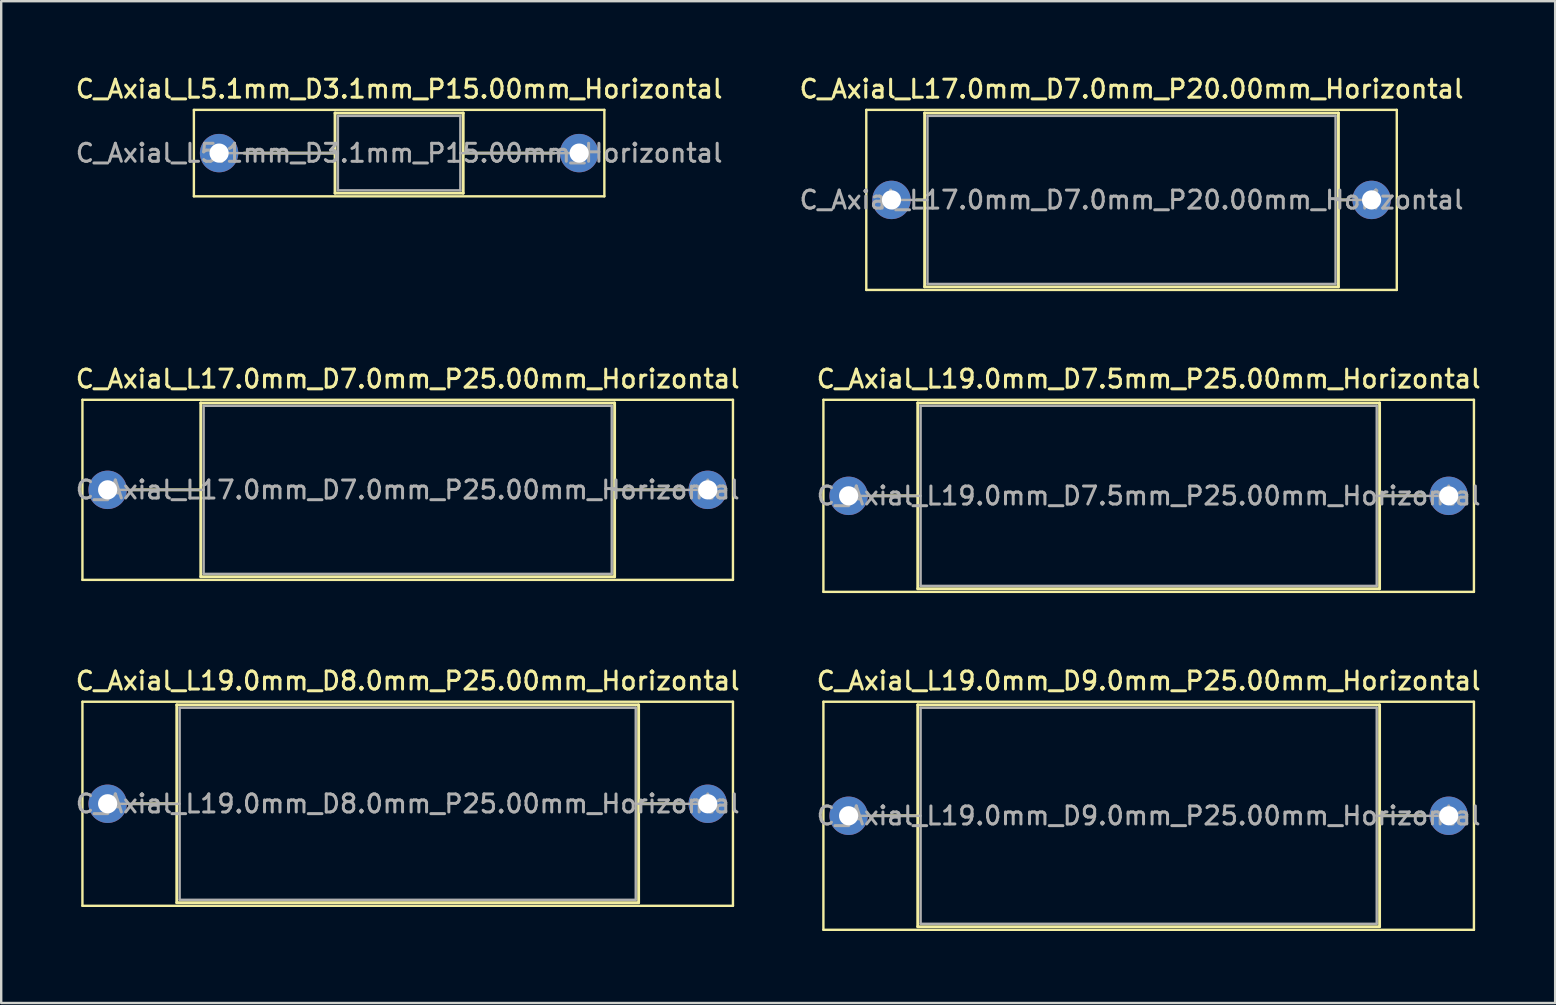
<source format=kicad_pcb>
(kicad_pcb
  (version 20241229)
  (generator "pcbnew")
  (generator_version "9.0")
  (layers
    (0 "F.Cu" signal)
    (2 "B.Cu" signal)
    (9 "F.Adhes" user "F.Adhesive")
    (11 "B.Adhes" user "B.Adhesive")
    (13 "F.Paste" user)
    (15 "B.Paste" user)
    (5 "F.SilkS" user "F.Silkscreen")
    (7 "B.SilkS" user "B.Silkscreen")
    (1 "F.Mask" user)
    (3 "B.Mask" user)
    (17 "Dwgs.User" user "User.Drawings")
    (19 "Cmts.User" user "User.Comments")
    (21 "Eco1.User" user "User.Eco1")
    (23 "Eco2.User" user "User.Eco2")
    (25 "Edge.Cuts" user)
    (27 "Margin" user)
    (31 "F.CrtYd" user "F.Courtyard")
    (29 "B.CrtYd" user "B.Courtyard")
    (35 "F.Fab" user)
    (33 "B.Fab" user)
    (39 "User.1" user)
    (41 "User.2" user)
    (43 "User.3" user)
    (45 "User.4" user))
  (footprint "C_Axial_L5.1mm_D3.1mm_P15.00mm_Horizontal"
    (layer "F.Cu")
    (at 6.077 3.328)
    (property "Reference" "C_Axial_L5.1mm_D3.1mm_P15.00mm_Horizontal" (at 7.5 -2.67 0) (layer "F.SilkS") (effects (font (size 0.75 0.75) (thickness 0.125))))
    (attr through_hole)
    (fp_line (start -1.05 -1.8) (end -1.05 1.8) (stroke (width 0.1) (type solid)) (layer "F.SilkS"))
    (fp_line (start -1.05 1.8) (end 16.05 1.8) (stroke (width 0.1) (type solid)) (layer "F.SilkS"))
    (fp_line (start 1.04 0) (end 4.83 0) (stroke (width 0.12) (type solid)) (layer "F.SilkS"))
    (fp_line (start 4.83 -1.67) (end 4.83 1.67) (stroke (width 0.12) (type solid)) (layer "F.SilkS"))
    (fp_line (start 4.83 1.67) (end 10.17 1.67) (stroke (width 0.12) (type solid)) (layer "F.SilkS"))
    (fp_line (start 10.17 -1.67) (end 4.83 -1.67) (stroke (width 0.12) (type solid)) (layer "F.SilkS"))
    (fp_line (start 10.17 1.67) (end 10.17 -1.67) (stroke (width 0.12) (type solid)) (layer "F.SilkS"))
    (fp_line (start 13.96 0) (end 10.17 0) (stroke (width 0.12) (type solid)) (layer "F.SilkS"))
    (fp_line (start 16.05 -1.8) (end -1.05 -1.8) (stroke (width 0.1) (type solid)) (layer "F.SilkS"))
    (fp_line (start 16.05 1.8) (end 16.05 -1.8) (stroke (width 0.1) (type solid)) (layer "F.SilkS"))
    (fp_line (start 0 0) (end 4.95 0) (stroke (width 0.1) (type solid)) (layer "F.Fab"))
    (fp_line (start 4.95 -1.55) (end 4.95 1.55) (stroke (width 0.1) (type solid)) (layer "F.Fab"))
    (fp_line (start 4.95 1.55) (end 10.05 1.55) (stroke (width 0.1) (type solid)) (layer "F.Fab"))
    (fp_line (start 10.05 -1.55) (end 4.95 -1.55) (stroke (width 0.1) (type solid)) (layer "F.Fab"))
    (fp_line (start 10.05 1.55) (end 10.05 -1.55) (stroke (width 0.1) (type solid)) (layer "F.Fab"))
    (fp_line (start 15 0) (end 10.05 0) (stroke (width 0.1) (type solid)) (layer "F.Fab"))
    (fp_text user "${REFERENCE}" (at 7.5 0 0) (layer "F.Fab") (effects (font (size 0.75 0.75) (thickness 0.125))))
    (pad "1" thru_hole circle (at 0 0) (size 1.6 1.6) (drill 0.8) (layers "*.Cu" "*.Mask"))
    (pad "2" thru_hole oval (at 15 0) (size 1.6 1.6) (drill 0.8) (layers "*.Cu" "*.Mask")))
  (footprint "C_Axial_L17.0mm_D7.0mm_P25.00mm_Horizontal"
    (layer "F.Cu")
    (at 1.434 17.356)
    (property "Reference" "C_Axial_L17.0mm_D7.0mm_P25.00mm_Horizontal" (at 12.5 -4.62 0) (layer "F.SilkS") (effects (font (size 0.75 0.75) (thickness 0.125))))
    (attr through_hole)
    (fp_line (start -1.05 -3.75) (end -1.05 3.75) (stroke (width 0.1) (type solid)) (layer "F.SilkS"))
    (fp_line (start -1.05 3.75) (end 26.05 3.75) (stroke (width 0.1) (type solid)) (layer "F.SilkS"))
    (fp_line (start 1.04 0) (end 3.88 0) (stroke (width 0.12) (type solid)) (layer "F.SilkS"))
    (fp_line (start 3.88 -3.62) (end 3.88 3.62) (stroke (width 0.12) (type solid)) (layer "F.SilkS"))
    (fp_line (start 3.88 3.62) (end 21.12 3.62) (stroke (width 0.12) (type solid)) (layer "F.SilkS"))
    (fp_line (start 21.12 -3.62) (end 3.88 -3.62) (stroke (width 0.12) (type solid)) (layer "F.SilkS"))
    (fp_line (start 21.12 3.62) (end 21.12 -3.62) (stroke (width 0.12) (type solid)) (layer "F.SilkS"))
    (fp_line (start 23.96 0) (end 21.12 0) (stroke (width 0.12) (type solid)) (layer "F.SilkS"))
    (fp_line (start 26.05 -3.75) (end -1.05 -3.75) (stroke (width 0.1) (type solid)) (layer "F.SilkS"))
    (fp_line (start 26.05 3.75) (end 26.05 -3.75) (stroke (width 0.1) (type solid)) (layer "F.SilkS"))
    (fp_line (start 0 0) (end 4 0) (stroke (width 0.1) (type solid)) (layer "F.Fab"))
    (fp_line (start 4 -3.5) (end 4 3.5) (stroke (width 0.1) (type solid)) (layer "F.Fab"))
    (fp_line (start 4 3.5) (end 21 3.5) (stroke (width 0.1) (type solid)) (layer "F.Fab"))
    (fp_line (start 21 -3.5) (end 4 -3.5) (stroke (width 0.1) (type solid)) (layer "F.Fab"))
    (fp_line (start 21 3.5) (end 21 -3.5) (stroke (width 0.1) (type solid)) (layer "F.Fab"))
    (fp_line (start 25 0) (end 21 0) (stroke (width 0.1) (type solid)) (layer "F.Fab"))
    (fp_text user "${REFERENCE}" (at 12.5 0 0) (layer "F.Fab") (effects (font (size 0.75 0.75) (thickness 0.125))))
    (pad "1" thru_hole circle (at 0 0) (size 1.6 1.6) (drill 0.8) (layers "*.Cu" "*.Mask"))
    (pad "2" thru_hole oval (at 25 0) (size 1.6 1.6) (drill 0.8) (layers "*.Cu" "*.Mask")))
  (footprint "C_Axial_L19.0mm_D9.0mm_P25.00mm_Horizontal"
    (layer "F.Cu")
    (at 32.302 30.934)
    (property "Reference" "C_Axial_L19.0mm_D9.0mm_P25.00mm_Horizontal" (at 12.5 -5.62 0) (layer "F.SilkS") (effects (font (size 0.75 0.75) (thickness 0.125))))
    (attr through_hole)
    (fp_line (start -1.05 -4.75) (end -1.05 4.75) (stroke (width 0.1) (type solid)) (layer "F.SilkS"))
    (fp_line (start -1.05 4.75) (end 26.05 4.75) (stroke (width 0.1) (type solid)) (layer "F.SilkS"))
    (fp_line (start 1.04 0) (end 2.88 0) (stroke (width 0.12) (type solid)) (layer "F.SilkS"))
    (fp_line (start 2.88 -4.62) (end 2.88 4.62) (stroke (width 0.12) (type solid)) (layer "F.SilkS"))
    (fp_line (start 2.88 4.62) (end 22.12 4.62) (stroke (width 0.12) (type solid)) (layer "F.SilkS"))
    (fp_line (start 22.12 -4.62) (end 2.88 -4.62) (stroke (width 0.12) (type solid)) (layer "F.SilkS"))
    (fp_line (start 22.12 4.62) (end 22.12 -4.62) (stroke (width 0.12) (type solid)) (layer "F.SilkS"))
    (fp_line (start 23.96 0) (end 22.12 0) (stroke (width 0.12) (type solid)) (layer "F.SilkS"))
    (fp_line (start 26.05 -4.75) (end -1.05 -4.75) (stroke (width 0.1) (type solid)) (layer "F.SilkS"))
    (fp_line (start 26.05 4.75) (end 26.05 -4.75) (stroke (width 0.1) (type solid)) (layer "F.SilkS"))
    (fp_line (start 0 0) (end 3 0) (stroke (width 0.1) (type solid)) (layer "F.Fab"))
    (fp_line (start 3 -4.5) (end 3 4.5) (stroke (width 0.1) (type solid)) (layer "F.Fab"))
    (fp_line (start 3 4.5) (end 22 4.5) (stroke (width 0.1) (type solid)) (layer "F.Fab"))
    (fp_line (start 22 -4.5) (end 3 -4.5) (stroke (width 0.1) (type solid)) (layer "F.Fab"))
    (fp_line (start 22 4.5) (end 22 -4.5) (stroke (width 0.1) (type solid)) (layer "F.Fab"))
    (fp_line (start 25 0) (end 22 0) (stroke (width 0.1) (type solid)) (layer "F.Fab"))
    (fp_text user "${REFERENCE}" (at 12.5 0 0) (layer "F.Fab") (effects (font (size 0.75 0.75) (thickness 0.125))))
    (pad "1" thru_hole circle (at 0 0) (size 1.6 1.6) (drill 0.8) (layers "*.Cu" "*.Mask"))
    (pad "2" thru_hole oval (at 25 0) (size 1.6 1.6) (drill 0.8) (layers "*.Cu" "*.Mask")))
  (footprint "C_Axial_L19.0mm_D8.0mm_P25.00mm_Horizontal"
    (layer "F.Cu")
    (at 1.434 30.434)
    (property "Reference" "C_Axial_L19.0mm_D8.0mm_P25.00mm_Horizontal" (at 12.5 -5.12 0) (layer "F.SilkS") (effects (font (size 0.75 0.75) (thickness 0.125))))
    (attr through_hole)
    (fp_line (start -1.05 -4.25) (end -1.05 4.25) (stroke (width 0.1) (type solid)) (layer "F.SilkS"))
    (fp_line (start -1.05 4.25) (end 26.05 4.25) (stroke (width 0.1) (type solid)) (layer "F.SilkS"))
    (fp_line (start 1.04 0) (end 2.88 0) (stroke (width 0.12) (type solid)) (layer "F.SilkS"))
    (fp_line (start 2.88 -4.12) (end 2.88 4.12) (stroke (width 0.12) (type solid)) (layer "F.SilkS"))
    (fp_line (start 2.88 4.12) (end 22.12 4.12) (stroke (width 0.12) (type solid)) (layer "F.SilkS"))
    (fp_line (start 22.12 -4.12) (end 2.88 -4.12) (stroke (width 0.12) (type solid)) (layer "F.SilkS"))
    (fp_line (start 22.12 4.12) (end 22.12 -4.12) (stroke (width 0.12) (type solid)) (layer "F.SilkS"))
    (fp_line (start 23.96 0) (end 22.12 0) (stroke (width 0.12) (type solid)) (layer "F.SilkS"))
    (fp_line (start 26.05 -4.25) (end -1.05 -4.25) (stroke (width 0.1) (type solid)) (layer "F.SilkS"))
    (fp_line (start 26.05 4.25) (end 26.05 -4.25) (stroke (width 0.1) (type solid)) (layer "F.SilkS"))
    (fp_line (start 0 0) (end 3 0) (stroke (width 0.1) (type solid)) (layer "F.Fab"))
    (fp_line (start 3 -4) (end 3 4) (stroke (width 0.1) (type solid)) (layer "F.Fab"))
    (fp_line (start 3 4) (end 22 4) (stroke (width 0.1) (type solid)) (layer "F.Fab"))
    (fp_line (start 22 -4) (end 3 -4) (stroke (width 0.1) (type solid)) (layer "F.Fab"))
    (fp_line (start 22 4) (end 22 -4) (stroke (width 0.1) (type solid)) (layer "F.Fab"))
    (fp_line (start 25 0) (end 22 0) (stroke (width 0.1) (type solid)) (layer "F.Fab"))
    (fp_text user "${REFERENCE}" (at 12.5 0 0) (layer "F.Fab") (effects (font (size 0.75 0.75) (thickness 0.125))))
    (pad "1" thru_hole circle (at 0 0) (size 1.6 1.6) (drill 0.8) (layers "*.Cu" "*.Mask"))
    (pad "2" thru_hole oval (at 25 0) (size 1.6 1.6) (drill 0.8) (layers "*.Cu" "*.Mask")))
  (footprint "C_Axial_L19.0mm_D7.5mm_P25.00mm_Horizontal"
    (layer "F.Cu")
    (at 32.302 17.606)
    (property "Reference" "C_Axial_L19.0mm_D7.5mm_P25.00mm_Horizontal" (at 12.5 -4.87 0) (layer "F.SilkS") (effects (font (size 0.75 0.75) (thickness 0.125))))
    (attr through_hole)
    (fp_line (start -1.05 -4) (end -1.05 4) (stroke (width 0.1) (type solid)) (layer "F.SilkS"))
    (fp_line (start -1.05 4) (end 26.05 4) (stroke (width 0.1) (type solid)) (layer "F.SilkS"))
    (fp_line (start 1.04 0) (end 2.88 0) (stroke (width 0.12) (type solid)) (layer "F.SilkS"))
    (fp_line (start 2.88 -3.87) (end 2.88 3.87) (stroke (width 0.12) (type solid)) (layer "F.SilkS"))
    (fp_line (start 2.88 3.87) (end 22.12 3.87) (stroke (width 0.12) (type solid)) (layer "F.SilkS"))
    (fp_line (start 22.12 -3.87) (end 2.88 -3.87) (stroke (width 0.12) (type solid)) (layer "F.SilkS"))
    (fp_line (start 22.12 3.87) (end 22.12 -3.87) (stroke (width 0.12) (type solid)) (layer "F.SilkS"))
    (fp_line (start 23.96 0) (end 22.12 0) (stroke (width 0.12) (type solid)) (layer "F.SilkS"))
    (fp_line (start 26.05 -4) (end -1.05 -4) (stroke (width 0.1) (type solid)) (layer "F.SilkS"))
    (fp_line (start 26.05 4) (end 26.05 -4) (stroke (width 0.1) (type solid)) (layer "F.SilkS"))
    (fp_line (start 0 0) (end 3 0) (stroke (width 0.1) (type solid)) (layer "F.Fab"))
    (fp_line (start 3 -3.75) (end 3 3.75) (stroke (width 0.1) (type solid)) (layer "F.Fab"))
    (fp_line (start 3 3.75) (end 22 3.75) (stroke (width 0.1) (type solid)) (layer "F.Fab"))
    (fp_line (start 22 -3.75) (end 3 -3.75) (stroke (width 0.1) (type solid)) (layer "F.Fab"))
    (fp_line (start 22 3.75) (end 22 -3.75) (stroke (width 0.1) (type solid)) (layer "F.Fab"))
    (fp_line (start 25 0) (end 22 0) (stroke (width 0.1) (type solid)) (layer "F.Fab"))
    (fp_text user "${REFERENCE}" (at 12.5 0 0) (layer "F.Fab") (effects (font (size 0.75 0.75) (thickness 0.125))))
    (pad "1" thru_hole circle (at 0 0) (size 1.6 1.6) (drill 0.8) (layers "*.Cu" "*.Mask"))
    (pad "2" thru_hole oval (at 25 0) (size 1.6 1.6) (drill 0.8) (layers "*.Cu" "*.Mask")))
  (footprint "C_Axial_L17.0mm_D7.0mm_P20.00mm_Horizontal"
    (layer "F.Cu")
    (at 34.088 5.278)
    (property "Reference" "C_Axial_L17.0mm_D7.0mm_P20.00mm_Horizontal" (at 10 -4.62 0) (layer "F.SilkS") (effects (font (size 0.75 0.75) (thickness 0.125))))
    (attr through_hole)
    (fp_line (start -1.05 -3.75) (end -1.05 3.75) (stroke (width 0.1) (type solid)) (layer "F.SilkS"))
    (fp_line (start -1.05 3.75) (end 21.05 3.75) (stroke (width 0.1) (type solid)) (layer "F.SilkS"))
    (fp_line (start 1.04 0) (end 1.38 0) (stroke (width 0.12) (type solid)) (layer "F.SilkS"))
    (fp_line (start 1.38 -3.62) (end 1.38 3.62) (stroke (width 0.12) (type solid)) (layer "F.SilkS"))
    (fp_line (start 1.38 3.62) (end 18.62 3.62) (stroke (width 0.12) (type solid)) (layer "F.SilkS"))
    (fp_line (start 18.62 -3.62) (end 1.38 -3.62) (stroke (width 0.12) (type solid)) (layer "F.SilkS"))
    (fp_line (start 18.62 3.62) (end 18.62 -3.62) (stroke (width 0.12) (type solid)) (layer "F.SilkS"))
    (fp_line (start 18.96 0) (end 18.62 0) (stroke (width 0.12) (type solid)) (layer "F.SilkS"))
    (fp_line (start 21.05 -3.75) (end -1.05 -3.75) (stroke (width 0.1) (type solid)) (layer "F.SilkS"))
    (fp_line (start 21.05 3.75) (end 21.05 -3.75) (stroke (width 0.1) (type solid)) (layer "F.SilkS"))
    (fp_line (start 0 0) (end 1.5 0) (stroke (width 0.1) (type solid)) (layer "F.Fab"))
    (fp_line (start 1.5 -3.5) (end 1.5 3.5) (stroke (width 0.1) (type solid)) (layer "F.Fab"))
    (fp_line (start 1.5 3.5) (end 18.5 3.5) (stroke (width 0.1) (type solid)) (layer "F.Fab"))
    (fp_line (start 18.5 -3.5) (end 1.5 -3.5) (stroke (width 0.1) (type solid)) (layer "F.Fab"))
    (fp_line (start 18.5 3.5) (end 18.5 -3.5) (stroke (width 0.1) (type solid)) (layer "F.Fab"))
    (fp_line (start 20 0) (end 18.5 0) (stroke (width 0.1) (type solid)) (layer "F.Fab"))
    (fp_text user "${REFERENCE}" (at 10 0 0) (layer "F.Fab") (effects (font (size 0.75 0.75) (thickness 0.125))))
    (pad "1" thru_hole circle (at 0 0) (size 1.6 1.6) (drill 0.8) (layers "*.Cu" "*.Mask"))
    (pad "2" thru_hole oval (at 20 0) (size 1.6 1.6) (drill 0.8) (layers "*.Cu" "*.Mask")))
  (gr_rect
    (start -3 -3)
    (end 61.736 38.734)
    (stroke (width 0.1) (type default))
    (fill no)
    (layer "Edge.Cuts")))
</source>
